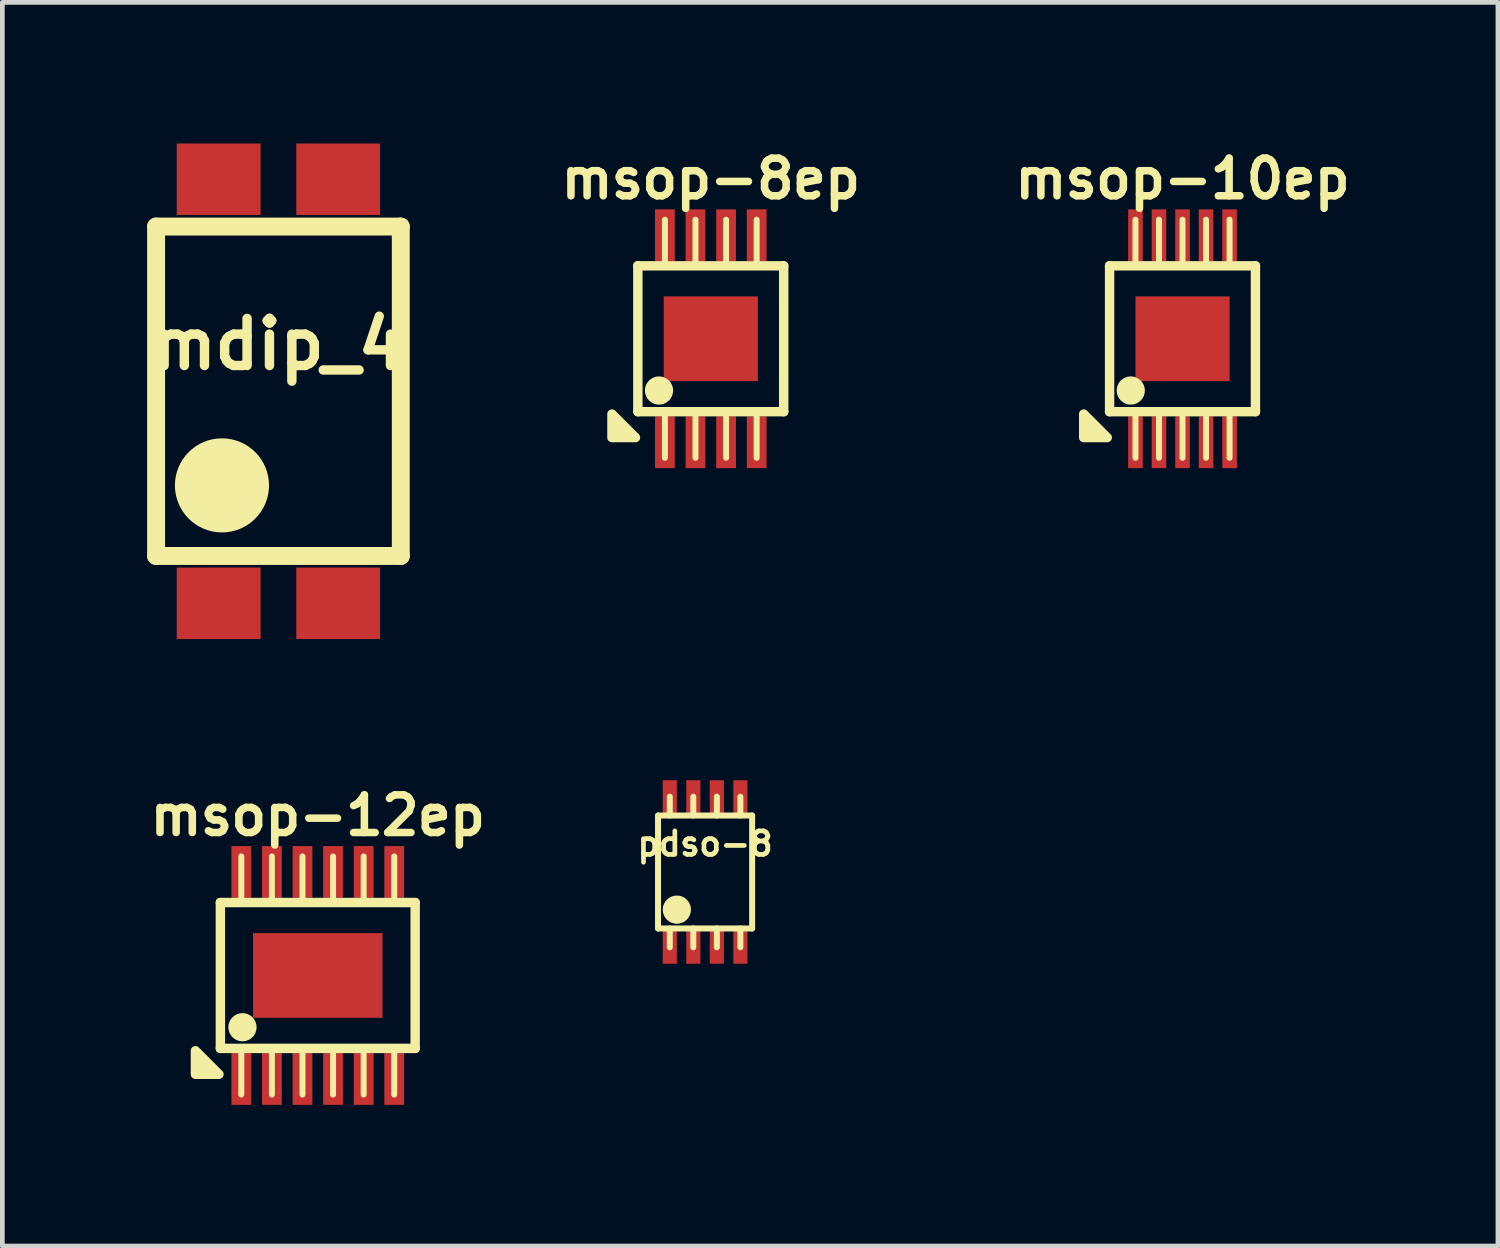
<source format=kicad_pcb>
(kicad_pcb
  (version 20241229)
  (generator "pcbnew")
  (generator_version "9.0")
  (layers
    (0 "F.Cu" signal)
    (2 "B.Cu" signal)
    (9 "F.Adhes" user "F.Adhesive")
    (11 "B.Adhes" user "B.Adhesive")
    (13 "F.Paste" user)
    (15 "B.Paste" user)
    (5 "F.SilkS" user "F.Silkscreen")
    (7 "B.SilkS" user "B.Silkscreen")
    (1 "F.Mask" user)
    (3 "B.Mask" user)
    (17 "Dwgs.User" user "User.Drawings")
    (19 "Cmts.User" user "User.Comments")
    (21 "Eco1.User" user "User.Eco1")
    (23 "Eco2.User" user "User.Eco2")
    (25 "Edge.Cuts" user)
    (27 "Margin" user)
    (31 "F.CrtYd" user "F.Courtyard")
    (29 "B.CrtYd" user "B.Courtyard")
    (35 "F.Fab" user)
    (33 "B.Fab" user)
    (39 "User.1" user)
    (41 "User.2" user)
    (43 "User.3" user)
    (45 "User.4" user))
  (footprint "msop-8ep"
    (layer "F.Cu")
    (at 12.055 4.149)
    (property "Reference" "msop-8ep" (at 0 -3.4 0) (layer "F.SilkS") (effects (font (size 0.8 0.8) (thickness 0.16))))
    (attr smd)
    (fp_line (start -1.55 -1.55) (end -1.55 1.55) (stroke (width 0.2) (type solid)) (layer "F.SilkS"))
    (fp_line (start -1.55 -1.55) (end 1.55 -1.55) (stroke (width 0.2) (type solid)) (layer "F.SilkS"))
    (fp_line (start -1.55 1.55) (end 1.55 1.55) (stroke (width 0.2) (type solid)) (layer "F.SilkS"))
    (fp_line (start -0.975 -2.53) (end -0.975 -1.55) (stroke (width 0.127) (type solid)) (layer "F.SilkS"))
    (fp_line (start -0.975 2.53) (end -0.975 1.55) (stroke (width 0.127) (type solid)) (layer "F.SilkS"))
    (fp_line (start -0.325 -2.53) (end -0.325 -1.55) (stroke (width 0.127) (type solid)) (layer "F.SilkS"))
    (fp_line (start -0.325 2.53) (end -0.325 1.55) (stroke (width 0.127) (type solid)) (layer "F.SilkS"))
    (fp_line (start 0.325 -2.53) (end 0.325 -1.55) (stroke (width 0.127) (type solid)) (layer "F.SilkS"))
    (fp_line (start 0.325 2.53) (end 0.325 1.55) (stroke (width 0.127) (type solid)) (layer "F.SilkS"))
    (fp_line (start 0.975 -2.53) (end 0.975 -1.55) (stroke (width 0.127) (type solid)) (layer "F.SilkS"))
    (fp_line (start 0.975 2.53) (end 0.975 1.55) (stroke (width 0.127) (type solid)) (layer "F.SilkS"))
    (fp_line (start 1.55 1.55) (end 1.55 -1.55) (stroke (width 0.2) (type solid)) (layer "F.SilkS"))
    (fp_circle (center -1.1 1.1) (end -0.95 1.1) (stroke (width 0.3) (type solid)) (fill no) (layer "F.SilkS"))
    (fp_poly (pts (xy -1.6 2.1) (xy -2.1 2.1) (xy -2.1 1.6)) (stroke (width 0.2) (type solid)) (fill yes) (layer "F.SilkS"))
    (pad "" smd rect (at -0.5 -0.45) (size 0.85 0.75) (layers "F.Paste"))
    (pad "" smd rect (at -0.5 0.45) (size 0.85 0.75) (layers "F.Paste"))
    (pad "" smd rect (at 0.5 -0.45) (size 0.85 0.75) (layers "F.Paste"))
    (pad "" smd rect (at 0.5 0.45) (size 0.85 0.75) (layers "F.Paste"))
    (pad "1" smd rect (at -0.975 2.2) (size 0.42 1.1) (layers "F.Cu" "F.Mask" "F.Paste"))
    (pad "2" smd rect (at -0.325 2.2) (size 0.42 1.1) (layers "F.Cu" "F.Mask" "F.Paste"))
    (pad "3" smd rect (at 0.325 2.2) (size 0.42 1.1) (layers "F.Cu" "F.Mask" "F.Paste"))
    (pad "4" smd rect (at 0.975 2.2) (size 0.42 1.1) (layers "F.Cu" "F.Mask" "F.Paste"))
    (pad "5" smd rect (at 0.975 -2.2) (size 0.42 1.1) (layers "F.Cu" "F.Mask" "F.Paste"))
    (pad "6" smd rect (at 0.325 -2.2) (size 0.42 1.1) (layers "F.Cu" "F.Mask" "F.Paste"))
    (pad "7" smd rect (at -0.325 -2.2) (size 0.42 1.1) (layers "F.Cu" "F.Mask" "F.Paste"))
    (pad "8" smd rect (at -0.975 -2.2) (size 0.42 1.1) (layers "F.Cu" "F.Mask" "F.Paste"))
    (pad "9" smd rect (at 0 0) (size 2 1.8) (layers "F.Cu" "F.Mask")))
  (footprint "msop-10ep"
    (layer "F.Cu")
    (at 22.08 4.149)
    (property "Reference" "msop-10ep" (at 0 -3.4 0) (layer "F.SilkS") (effects (font (size 0.8 0.8) (thickness 0.16))))
    (attr smd)
    (fp_line (start -1.55 -1.55) (end -1.55 1.55) (stroke (width 0.2) (type solid)) (layer "F.SilkS"))
    (fp_line (start -1.55 -1.55) (end 1.55 -1.55) (stroke (width 0.2) (type solid)) (layer "F.SilkS"))
    (fp_line (start -1.55 1.55) (end 1.55 1.55) (stroke (width 0.2) (type solid)) (layer "F.SilkS"))
    (fp_line (start -1 -2.53) (end -1 -1.55) (stroke (width 0.127) (type solid)) (layer "F.SilkS"))
    (fp_line (start -1 2.53) (end -1 1.55) (stroke (width 0.127) (type solid)) (layer "F.SilkS"))
    (fp_line (start -0.5 -2.53) (end -0.5 -1.55) (stroke (width 0.127) (type solid)) (layer "F.SilkS"))
    (fp_line (start -0.5 2.53) (end -0.5 1.55) (stroke (width 0.127) (type solid)) (layer "F.SilkS"))
    (fp_line (start 0 -2.53) (end 0 -1.55) (stroke (width 0.127) (type solid)) (layer "F.SilkS"))
    (fp_line (start 0 2.53) (end 0 1.55) (stroke (width 0.127) (type solid)) (layer "F.SilkS"))
    (fp_line (start 0.5 -2.53) (end 0.5 -1.55) (stroke (width 0.127) (type solid)) (layer "F.SilkS"))
    (fp_line (start 0.5 2.53) (end 0.5 1.55) (stroke (width 0.127) (type solid)) (layer "F.SilkS"))
    (fp_line (start 1 -2.53) (end 1 -1.55) (stroke (width 0.127) (type solid)) (layer "F.SilkS"))
    (fp_line (start 1 2.53) (end 1 1.55) (stroke (width 0.127) (type solid)) (layer "F.SilkS"))
    (fp_line (start 1.55 1.55) (end 1.55 -1.55) (stroke (width 0.2) (type solid)) (layer "F.SilkS"))
    (fp_circle (center -1.1 1.1) (end -0.95 1.1) (stroke (width 0.3) (type solid)) (fill no) (layer "F.SilkS"))
    (fp_poly (pts (xy -1.6 2.1) (xy -2.1 2.1) (xy -2.1 1.6)) (stroke (width 0.2) (type solid)) (fill yes) (layer "F.SilkS"))
    (pad "" smd rect (at -0.5 -0.45) (size 0.85 0.75) (layers "F.Paste"))
    (pad "" smd rect (at -0.5 0.45) (size 0.85 0.75) (layers "F.Paste"))
    (pad "" smd rect (at 0.5 -0.45) (size 0.85 0.75) (layers "F.Paste"))
    (pad "" smd rect (at 0.5 0.45) (size 0.85 0.75) (layers "F.Paste"))
    (pad "1" smd rect (at -1 2.2) (size 0.31 1.1) (layers "F.Cu" "F.Mask" "F.Paste"))
    (pad "2" smd rect (at -0.5 2.2) (size 0.31 1.1) (layers "F.Cu" "F.Mask" "F.Paste"))
    (pad "3" smd rect (at 0 2.2) (size 0.31 1.1) (layers "F.Cu" "F.Mask" "F.Paste"))
    (pad "4" smd rect (at 0.5 2.2) (size 0.31 1.1) (layers "F.Cu" "F.Mask" "F.Paste"))
    (pad "5" smd rect (at 1 2.2) (size 0.31 1.1) (layers "F.Cu" "F.Mask" "F.Paste"))
    (pad "6" smd rect (at 1 -2.2) (size 0.31 1.1) (layers "F.Cu" "F.Mask" "F.Paste"))
    (pad "7" smd rect (at 0.5 -2.2) (size 0.31 1.1) (layers "F.Cu" "F.Mask" "F.Paste"))
    (pad "8" smd rect (at 0 -2.2) (size 0.31 1.1) (layers "F.Cu" "F.Mask" "F.Paste"))
    (pad "9" smd rect (at -0.5 -2.2) (size 0.31 1.1) (layers "F.Cu" "F.Mask" "F.Paste"))
    (pad "10" smd rect (at -1 -2.2) (size 0.31 1.1) (layers "F.Cu" "F.Mask" "F.Paste"))
    (pad "11" smd rect (at 0 0) (size 2 1.8) (layers "F.Cu" "F.Mask")))
  (footprint "msop-12ep"
    (layer "F.Cu")
    (at 3.703 17.68)
    (property "Reference" "msop-12ep" (at 0 -3.4 0) (layer "F.SilkS") (effects (font (size 0.8 0.8) (thickness 0.16))))
    (attr smd)
    (fp_line (start -2.07 -1.55) (end -2.07 1.55) (stroke (width 0.2) (type solid)) (layer "F.SilkS"))
    (fp_line (start -2.07 -1.55) (end 2.07 -1.55) (stroke (width 0.2) (type solid)) (layer "F.SilkS"))
    (fp_line (start -2.07 1.55) (end 2.07 1.55) (stroke (width 0.2) (type solid)) (layer "F.SilkS"))
    (fp_line (start -1.625 -2.53) (end -1.625 -1.55) (stroke (width 0.127) (type solid)) (layer "F.SilkS"))
    (fp_line (start -1.625 2.53) (end -1.625 1.55) (stroke (width 0.127) (type solid)) (layer "F.SilkS"))
    (fp_line (start -0.975 -2.53) (end -0.975 -1.55) (stroke (width 0.127) (type solid)) (layer "F.SilkS"))
    (fp_line (start -0.975 2.53) (end -0.975 1.55) (stroke (width 0.127) (type solid)) (layer "F.SilkS"))
    (fp_line (start -0.325 -2.53) (end -0.325 -1.55) (stroke (width 0.127) (type solid)) (layer "F.SilkS"))
    (fp_line (start -0.325 2.53) (end -0.325 1.55) (stroke (width 0.127) (type solid)) (layer "F.SilkS"))
    (fp_line (start 0.325 -2.53) (end 0.325 -1.55) (stroke (width 0.127) (type solid)) (layer "F.SilkS"))
    (fp_line (start 0.325 2.53) (end 0.325 1.55) (stroke (width 0.127) (type solid)) (layer "F.SilkS"))
    (fp_line (start 0.975 -2.53) (end 0.975 -1.55) (stroke (width 0.127) (type solid)) (layer "F.SilkS"))
    (fp_line (start 0.975 2.53) (end 0.975 1.55) (stroke (width 0.127) (type solid)) (layer "F.SilkS"))
    (fp_line (start 1.625 -2.53) (end 1.625 -1.55) (stroke (width 0.127) (type solid)) (layer "F.SilkS"))
    (fp_line (start 1.625 2.53) (end 1.625 1.55) (stroke (width 0.127) (type solid)) (layer "F.SilkS"))
    (fp_line (start 2.07 1.55) (end 2.07 -1.55) (stroke (width 0.2) (type solid)) (layer "F.SilkS"))
    (fp_circle (center -1.6 1.1) (end -1.45 1.1) (stroke (width 0.3) (type solid)) (fill no) (layer "F.SilkS"))
    (fp_poly (pts (xy -2.1 2.1) (xy -2.6 2.1) (xy -2.6 1.6)) (stroke (width 0.2) (type solid)) (fill yes) (layer "F.SilkS"))
    (pad "" smd rect (at -0.7 -0.45) (size 1.3 0.75) (layers "F.Paste"))
    (pad "" smd rect (at -0.7 0.45) (size 1.3 0.75) (layers "F.Paste"))
    (pad "" smd rect (at 0.7 -0.45) (size 1.3 0.75) (layers "F.Paste"))
    (pad "" smd rect (at 0.7 0.45) (size 1.3 0.75) (layers "F.Paste"))
    (pad "1" smd rect (at -1.625 2.2) (size 0.42 1.1) (layers "F.Cu" "F.Mask" "F.Paste"))
    (pad "2" smd rect (at -0.975 2.2) (size 0.42 1.1) (layers "F.Cu" "F.Mask" "F.Paste"))
    (pad "3" smd rect (at -0.325 2.2) (size 0.42 1.1) (layers "F.Cu" "F.Mask" "F.Paste"))
    (pad "4" smd rect (at 0.325 2.2) (size 0.42 1.1) (layers "F.Cu" "F.Mask" "F.Paste"))
    (pad "5" smd rect (at 0.975 2.2) (size 0.42 1.1) (layers "F.Cu" "F.Mask" "F.Paste"))
    (pad "6" smd rect (at 1.625 2.2) (size 0.42 1.1) (layers "F.Cu" "F.Mask" "F.Paste"))
    (pad "7" smd rect (at 1.625 -2.2) (size 0.42 1.1) (layers "F.Cu" "F.Mask" "F.Paste"))
    (pad "8" smd rect (at 0.975 -2.2) (size 0.42 1.1) (layers "F.Cu" "F.Mask" "F.Paste"))
    (pad "9" smd rect (at 0.325 -2.2) (size 0.42 1.1) (layers "F.Cu" "F.Mask" "F.Paste"))
    (pad "10" smd rect (at -0.325 -2.2) (size 0.42 1.1) (layers "F.Cu" "F.Mask" "F.Paste"))
    (pad "11" smd rect (at -0.975 -2.2) (size 0.42 1.1) (layers "F.Cu" "F.Mask" "F.Paste"))
    (pad "12" smd rect (at -1.625 -2.2) (size 0.42 1.1) (layers "F.Cu" "F.Mask" "F.Paste"))
    (pad "13" smd rect (at 0 0) (size 2.75 1.8) (layers "F.Cu" "F.Mask")))
  (footprint "mdip_4"
    (layer "F.Cu")
    (at 2.867 5.265)
    (property "Reference" "mdip_4" (at 0 -1 0) (layer "F.SilkS") (effects (font (size 1 1) (thickness 0.2))))
    (attr smd)
    (fp_line (start -2.6 -3.5) (end -2.6 3.5) (stroke (width 0.381) (type solid)) (layer "F.SilkS"))
    (fp_line (start -2.6 3.5) (end 2.6 3.5) (stroke (width 0.381) (type solid)) (layer "F.SilkS"))
    (fp_line (start 2.6 -3.5) (end -2.6 -3.5) (stroke (width 0.381) (type solid)) (layer "F.SilkS"))
    (fp_line (start 2.6 3.5) (end 2.6 -3.5) (stroke (width 0.381) (type solid)) (layer "F.SilkS"))
    (fp_circle (center -1.2 2) (end -0.7 2) (stroke (width 1) (type solid)) (fill no) (layer "F.SilkS"))
    (pad "1" smd rect (at -1.27 4.506) (size 1.781 1.519) (layers "F.Cu" "F.Mask" "F.Paste"))
    (pad "2" smd rect (at 1.27 4.506) (size 1.781 1.519) (layers "F.Cu" "F.Mask" "F.Paste"))
    (pad "3" smd rect (at 1.27 -4.506) (size 1.781 1.519) (layers "F.Cu" "F.Mask" "F.Paste"))
    (pad "4" smd rect (at -1.27 -4.506) (size 1.781 1.519) (layers "F.Cu" "F.Mask" "F.Paste")))
  (footprint "pdso-8"
    (layer "F.Cu")
    (at 11.934 15.481)
    (property "Reference" "pdso-8" (at 0 -0.6 0) (layer "F.SilkS") (effects (font (size 0.5 0.5) (thickness 0.1))))
    (attr smd)
    (fp_line (start -1 -1.2) (end 1 -1.2) (stroke (width 0.127) (type solid)) (layer "F.SilkS"))
    (fp_line (start -1 1.2) (end -1 -1.2) (stroke (width 0.127) (type solid)) (layer "F.SilkS"))
    (fp_line (start -0.75 -1.6) (end -0.75 -1.2) (stroke (width 0.127) (type solid)) (layer "F.SilkS"))
    (fp_line (start -0.75 1.2) (end -0.75 1.6) (stroke (width 0.127) (type solid)) (layer "F.SilkS"))
    (fp_line (start -0.25 -1.6) (end -0.25 -1.2) (stroke (width 0.127) (type solid)) (layer "F.SilkS"))
    (fp_line (start -0.25 1.2) (end -0.25 1.6) (stroke (width 0.127) (type solid)) (layer "F.SilkS"))
    (fp_line (start 0.25 -1.6) (end 0.25 -1.2) (stroke (width 0.127) (type solid)) (layer "F.SilkS"))
    (fp_line (start 0.25 1.2) (end 0.25 1.6) (stroke (width 0.127) (type solid)) (layer "F.SilkS"))
    (fp_line (start 0.75 -1.6) (end 0.75 -1.2) (stroke (width 0.127) (type solid)) (layer "F.SilkS"))
    (fp_line (start 0.75 1.2) (end 0.75 1.6) (stroke (width 0.127) (type solid)) (layer "F.SilkS"))
    (fp_line (start 1 -1.2) (end 1 1.2) (stroke (width 0.127) (type solid)) (layer "F.SilkS"))
    (fp_line (start 1 1.2) (end -1 1.2) (stroke (width 0.127) (type solid)) (layer "F.SilkS"))
    (fp_circle (center -0.6 0.8) (end -0.45 0.8) (stroke (width 0.3) (type solid)) (fill no) (layer "F.SilkS"))
    (pad "1" smd rect (at -0.75 1.55) (size 0.3 0.8) (layers "F.Cu" "F.Mask" "F.Paste"))
    (pad "2" smd rect (at -0.25 1.55) (size 0.3 0.8) (layers "F.Cu" "F.Mask" "F.Paste"))
    (pad "3" smd rect (at 0.25 1.55) (size 0.3 0.8) (layers "F.Cu" "F.Mask" "F.Paste"))
    (pad "4" smd rect (at 0.75 1.55) (size 0.3 0.8) (layers "F.Cu" "F.Mask" "F.Paste"))
    (pad "5" smd rect (at 0.75 -1.55) (size 0.3 0.8) (layers "F.Cu" "F.Mask" "F.Paste"))
    (pad "6" smd rect (at 0.25 -1.55) (size 0.3 0.8) (layers "F.Cu" "F.Mask" "F.Paste"))
    (pad "7" smd rect (at -0.25 -1.55) (size 0.3 0.8) (layers "F.Cu" "F.Mask" "F.Paste"))
    (pad "8" smd rect (at -0.75 -1.55) (size 0.3 0.8) (layers "F.Cu" "F.Mask" "F.Paste")))
  (gr_rect
    (start -3 -3)
    (end 28.783 23.43)
    (stroke (width 0.1) (type default))
    (fill no)
    (layer "Edge.Cuts")))
</source>
